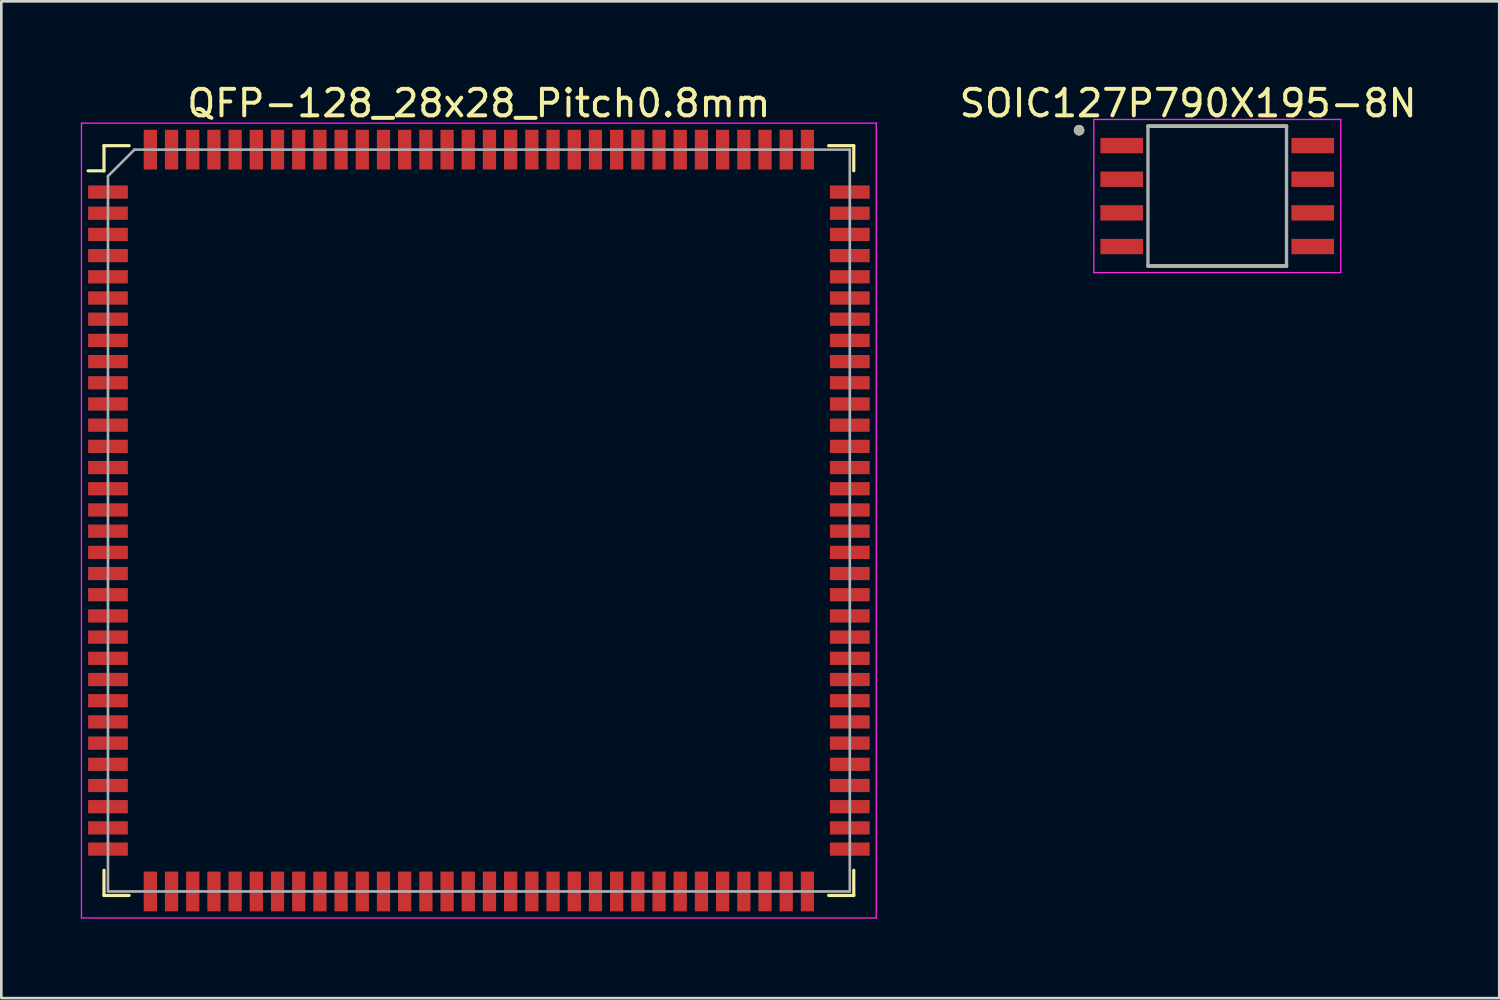
<source format=kicad_pcb>
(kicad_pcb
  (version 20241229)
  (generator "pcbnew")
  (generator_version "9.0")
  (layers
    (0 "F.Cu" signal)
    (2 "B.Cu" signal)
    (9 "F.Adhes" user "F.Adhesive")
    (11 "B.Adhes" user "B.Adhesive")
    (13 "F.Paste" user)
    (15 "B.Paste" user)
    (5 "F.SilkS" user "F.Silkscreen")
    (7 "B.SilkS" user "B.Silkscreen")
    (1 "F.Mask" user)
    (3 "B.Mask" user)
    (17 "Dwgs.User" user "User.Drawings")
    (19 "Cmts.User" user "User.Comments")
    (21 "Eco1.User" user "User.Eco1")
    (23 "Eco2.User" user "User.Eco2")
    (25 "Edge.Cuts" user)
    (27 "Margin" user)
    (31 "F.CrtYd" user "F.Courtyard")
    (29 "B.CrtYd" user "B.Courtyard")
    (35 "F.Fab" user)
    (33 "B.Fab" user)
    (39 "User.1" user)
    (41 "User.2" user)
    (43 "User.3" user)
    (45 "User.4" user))
  (footprint "QFP-128_28x28_Pitch0.8mm"
    (layer "F.Cu")
    (at 15.025 16.598)
    (property "Reference" "QFP-128_28x28_Pitch0.8mm" (at 0 -15.75 0) (layer "F.SilkS") (effects (font (size 1 1) (thickness 0.15))))
    (attr smd)
    (fp_line (start -14.15 -14.15) (end -14.15 -13.2) (stroke (width 0.12) (type solid)) (layer "F.SilkS"))
    (fp_line (start -14.15 -13.2) (end -14.75 -13.2) (stroke (width 0.12) (type solid)) (layer "F.SilkS"))
    (fp_line (start -14.15 14.15) (end -14.15 13.2) (stroke (width 0.12) (type solid)) (layer "F.SilkS"))
    (fp_line (start -13.2 -14.15) (end -14.15 -14.15) (stroke (width 0.12) (type solid)) (layer "F.SilkS"))
    (fp_line (start -13.2 14.15) (end -14.15 14.15) (stroke (width 0.12) (type solid)) (layer "F.SilkS"))
    (fp_line (start 13.2 -14.15) (end 14.15 -14.15) (stroke (width 0.12) (type solid)) (layer "F.SilkS"))
    (fp_line (start 13.2 14.15) (end 14.15 14.15) (stroke (width 0.12) (type solid)) (layer "F.SilkS"))
    (fp_line (start 14.15 -14.15) (end 14.15 -13.2) (stroke (width 0.12) (type solid)) (layer "F.SilkS"))
    (fp_line (start 14.15 14.15) (end 14.15 13.2) (stroke (width 0.12) (type solid)) (layer "F.SilkS"))
    (fp_line (start -15 -15) (end 15 -15) (stroke (width 0.05) (type solid)) (layer "F.CrtYd"))
    (fp_line (start -15 15) (end -15 -15) (stroke (width 0.05) (type solid)) (layer "F.CrtYd"))
    (fp_line (start 15 -15) (end 15 15) (stroke (width 0.05) (type solid)) (layer "F.CrtYd"))
    (fp_line (start 15 15) (end -15 15) (stroke (width 0.05) (type solid)) (layer "F.CrtYd"))
    (fp_line (start -14 -13) (end -14 14) (stroke (width 0.1) (type solid)) (layer "F.Fab"))
    (fp_line (start -14 14) (end 14 14) (stroke (width 0.1) (type solid)) (layer "F.Fab"))
    (fp_line (start -13 -14) (end -14 -13) (stroke (width 0.1) (type solid)) (layer "F.Fab"))
    (fp_line (start 14 -14) (end -13 -14) (stroke (width 0.1) (type solid)) (layer "F.Fab"))
    (fp_line (start 14 14) (end 14 -14) (stroke (width 0.1) (type solid)) (layer "F.Fab"))
    (pad "1" smd rect (at -14 -12.4 90) (size 0.5 1.5) (layers "F.Cu" "F.Mask" "F.Paste"))
    (pad "2" smd rect (at -14 -11.6 90) (size 0.5 1.5) (layers "F.Cu" "F.Mask" "F.Paste"))
    (pad "3" smd rect (at -14 -10.8 90) (size 0.5 1.5) (layers "F.Cu" "F.Mask" "F.Paste"))
    (pad "4" smd rect (at -14 -10 90) (size 0.5 1.5) (layers "F.Cu" "F.Mask" "F.Paste"))
    (pad "5" smd rect (at -14 -9.2 90) (size 0.5 1.5) (layers "F.Cu" "F.Mask" "F.Paste"))
    (pad "6" smd rect (at -14 -8.4 90) (size 0.5 1.5) (layers "F.Cu" "F.Mask" "F.Paste"))
    (pad "7" smd rect (at -14 -7.6 90) (size 0.5 1.5) (layers "F.Cu" "F.Mask" "F.Paste"))
    (pad "8" smd rect (at -14 -6.8 90) (size 0.5 1.5) (layers "F.Cu" "F.Mask" "F.Paste"))
    (pad "9" smd rect (at -14 -6 90) (size 0.5 1.5) (layers "F.Cu" "F.Mask" "F.Paste"))
    (pad "10" smd rect (at -14 -5.2 90) (size 0.5 1.5) (layers "F.Cu" "F.Mask" "F.Paste"))
    (pad "11" smd rect (at -14 -4.4 90) (size 0.5 1.5) (layers "F.Cu" "F.Mask" "F.Paste"))
    (pad "12" smd rect (at -14 -3.6 90) (size 0.5 1.5) (layers "F.Cu" "F.Mask" "F.Paste"))
    (pad "13" smd rect (at -14 -2.8 90) (size 0.5 1.5) (layers "F.Cu" "F.Mask" "F.Paste"))
    (pad "14" smd rect (at -14 -2 90) (size 0.5 1.5) (layers "F.Cu" "F.Mask" "F.Paste"))
    (pad "15" smd rect (at -14 -1.2 90) (size 0.5 1.5) (layers "F.Cu" "F.Mask" "F.Paste"))
    (pad "16" smd rect (at -14 -0.4 90) (size 0.5 1.5) (layers "F.Cu" "F.Mask" "F.Paste"))
    (pad "17" smd rect (at -14 0.4 90) (size 0.5 1.5) (layers "F.Cu" "F.Mask" "F.Paste"))
    (pad "18" smd rect (at -14 1.2 90) (size 0.5 1.5) (layers "F.Cu" "F.Mask" "F.Paste"))
    (pad "19" smd rect (at -14 2 90) (size 0.5 1.5) (layers "F.Cu" "F.Mask" "F.Paste"))
    (pad "20" smd rect (at -14 2.8 90) (size 0.5 1.5) (layers "F.Cu" "F.Mask" "F.Paste"))
    (pad "21" smd rect (at -14 3.6 90) (size 0.5 1.5) (layers "F.Cu" "F.Mask" "F.Paste"))
    (pad "22" smd rect (at -14 4.4 90) (size 0.5 1.5) (layers "F.Cu" "F.Mask" "F.Paste"))
    (pad "23" smd rect (at -14 5.2 90) (size 0.5 1.5) (layers "F.Cu" "F.Mask" "F.Paste"))
    (pad "24" smd rect (at -14 6 90) (size 0.5 1.5) (layers "F.Cu" "F.Mask" "F.Paste"))
    (pad "25" smd rect (at -14 6.8 90) (size 0.5 1.5) (layers "F.Cu" "F.Mask" "F.Paste"))
    (pad "26" smd rect (at -14 7.6 90) (size 0.5 1.5) (layers "F.Cu" "F.Mask" "F.Paste"))
    (pad "27" smd rect (at -14 8.4 90) (size 0.5 1.5) (layers "F.Cu" "F.Mask" "F.Paste"))
    (pad "28" smd rect (at -14 9.2 90) (size 0.5 1.5) (layers "F.Cu" "F.Mask" "F.Paste"))
    (pad "29" smd rect (at -14 10 90) (size 0.5 1.5) (layers "F.Cu" "F.Mask" "F.Paste"))
    (pad "30" smd rect (at -14 10.8 90) (size 0.5 1.5) (layers "F.Cu" "F.Mask" "F.Paste"))
    (pad "31" smd rect (at -14 11.6 90) (size 0.5 1.5) (layers "F.Cu" "F.Mask" "F.Paste"))
    (pad "32" smd rect (at -14 12.4 90) (size 0.5 1.5) (layers "F.Cu" "F.Mask" "F.Paste"))
    (pad "33" smd rect (at -12.4 14) (size 0.5 1.5) (layers "F.Cu" "F.Mask" "F.Paste"))
    (pad "34" smd rect (at -11.6 14) (size 0.5 1.5) (layers "F.Cu" "F.Mask" "F.Paste"))
    (pad "35" smd rect (at -10.8 14) (size 0.5 1.5) (layers "F.Cu" "F.Mask" "F.Paste"))
    (pad "36" smd rect (at -10 14) (size 0.5 1.5) (layers "F.Cu" "F.Mask" "F.Paste"))
    (pad "37" smd rect (at -9.2 14) (size 0.5 1.5) (layers "F.Cu" "F.Mask" "F.Paste"))
    (pad "38" smd rect (at -8.4 14) (size 0.5 1.5) (layers "F.Cu" "F.Mask" "F.Paste"))
    (pad "39" smd rect (at -7.6 14) (size 0.5 1.5) (layers "F.Cu" "F.Mask" "F.Paste"))
    (pad "40" smd rect (at -6.8 14) (size 0.5 1.5) (layers "F.Cu" "F.Mask" "F.Paste"))
    (pad "41" smd rect (at -6 14) (size 0.5 1.5) (layers "F.Cu" "F.Mask" "F.Paste"))
    (pad "42" smd rect (at -5.2 14) (size 0.5 1.5) (layers "F.Cu" "F.Mask" "F.Paste"))
    (pad "43" smd rect (at -4.4 14) (size 0.5 1.5) (layers "F.Cu" "F.Mask" "F.Paste"))
    (pad "44" smd rect (at -3.6 14) (size 0.5 1.5) (layers "F.Cu" "F.Mask" "F.Paste"))
    (pad "45" smd rect (at -2.8 14) (size 0.5 1.5) (layers "F.Cu" "F.Mask" "F.Paste"))
    (pad "46" smd rect (at -2 14) (size 0.5 1.5) (layers "F.Cu" "F.Mask" "F.Paste"))
    (pad "47" smd rect (at -1.2 14) (size 0.5 1.5) (layers "F.Cu" "F.Mask" "F.Paste"))
    (pad "48" smd rect (at -0.4 14) (size 0.5 1.5) (layers "F.Cu" "F.Mask" "F.Paste"))
    (pad "49" smd rect (at 0.4 14) (size 0.5 1.5) (layers "F.Cu" "F.Mask" "F.Paste"))
    (pad "50" smd rect (at 1.2 14) (size 0.5 1.5) (layers "F.Cu" "F.Mask" "F.Paste"))
    (pad "51" smd rect (at 2 14) (size 0.5 1.5) (layers "F.Cu" "F.Mask" "F.Paste"))
    (pad "52" smd rect (at 2.8 14) (size 0.5 1.5) (layers "F.Cu" "F.Mask" "F.Paste"))
    (pad "53" smd rect (at 3.6 14) (size 0.5 1.5) (layers "F.Cu" "F.Mask" "F.Paste"))
    (pad "54" smd rect (at 4.4 14) (size 0.5 1.5) (layers "F.Cu" "F.Mask" "F.Paste"))
    (pad "55" smd rect (at 5.2 14) (size 0.5 1.5) (layers "F.Cu" "F.Mask" "F.Paste"))
    (pad "56" smd rect (at 6 14) (size 0.5 1.5) (layers "F.Cu" "F.Mask" "F.Paste"))
    (pad "57" smd rect (at 6.8 14) (size 0.5 1.5) (layers "F.Cu" "F.Mask" "F.Paste"))
    (pad "58" smd rect (at 7.6 14) (size 0.5 1.5) (layers "F.Cu" "F.Mask" "F.Paste"))
    (pad "59" smd rect (at 8.4 14) (size 0.5 1.5) (layers "F.Cu" "F.Mask" "F.Paste"))
    (pad "60" smd rect (at 9.2 14) (size 0.5 1.5) (layers "F.Cu" "F.Mask" "F.Paste"))
    (pad "61" smd rect (at 10 14) (size 0.5 1.5) (layers "F.Cu" "F.Mask" "F.Paste"))
    (pad "62" smd rect (at 10.8 14) (size 0.5 1.5) (layers "F.Cu" "F.Mask" "F.Paste"))
    (pad "63" smd rect (at 11.6 14) (size 0.5 1.5) (layers "F.Cu" "F.Mask" "F.Paste"))
    (pad "64" smd rect (at 12.4 14) (size 0.5 1.5) (layers "F.Cu" "F.Mask" "F.Paste"))
    (pad "65" smd rect (at 14 12.4 90) (size 0.5 1.5) (layers "F.Cu" "F.Mask" "F.Paste"))
    (pad "66" smd rect (at 14 11.6 90) (size 0.5 1.5) (layers "F.Cu" "F.Mask" "F.Paste"))
    (pad "67" smd rect (at 14 10.8 90) (size 0.5 1.5) (layers "F.Cu" "F.Mask" "F.Paste"))
    (pad "68" smd rect (at 14 10 90) (size 0.5 1.5) (layers "F.Cu" "F.Mask" "F.Paste"))
    (pad "69" smd rect (at 14 9.2 90) (size 0.5 1.5) (layers "F.Cu" "F.Mask" "F.Paste"))
    (pad "70" smd rect (at 14 8.4 90) (size 0.5 1.5) (layers "F.Cu" "F.Mask" "F.Paste"))
    (pad "71" smd rect (at 14 7.6 90) (size 0.5 1.5) (layers "F.Cu" "F.Mask" "F.Paste"))
    (pad "72" smd rect (at 14 6.8 90) (size 0.5 1.5) (layers "F.Cu" "F.Mask" "F.Paste"))
    (pad "73" smd rect (at 14 6 90) (size 0.5 1.5) (layers "F.Cu" "F.Mask" "F.Paste"))
    (pad "74" smd rect (at 14 5.2 90) (size 0.5 1.5) (layers "F.Cu" "F.Mask" "F.Paste"))
    (pad "75" smd rect (at 14 4.4 90) (size 0.5 1.5) (layers "F.Cu" "F.Mask" "F.Paste"))
    (pad "76" smd rect (at 14 3.6 90) (size 0.5 1.5) (layers "F.Cu" "F.Mask" "F.Paste"))
    (pad "77" smd rect (at 14 2.8 90) (size 0.5 1.5) (layers "F.Cu" "F.Mask" "F.Paste"))
    (pad "78" smd rect (at 14 2 90) (size 0.5 1.5) (layers "F.Cu" "F.Mask" "F.Paste"))
    (pad "79" smd rect (at 14 1.2 90) (size 0.5 1.5) (layers "F.Cu" "F.Mask" "F.Paste"))
    (pad "80" smd rect (at 14 0.4 90) (size 0.5 1.5) (layers "F.Cu" "F.Mask" "F.Paste"))
    (pad "81" smd rect (at 14 -0.4 90) (size 0.5 1.5) (layers "F.Cu" "F.Mask" "F.Paste"))
    (pad "82" smd rect (at 14 -1.2 90) (size 0.5 1.5) (layers "F.Cu" "F.Mask" "F.Paste"))
    (pad "83" smd rect (at 14 -2 90) (size 0.5 1.5) (layers "F.Cu" "F.Mask" "F.Paste"))
    (pad "84" smd rect (at 14 -2.8 90) (size 0.5 1.5) (layers "F.Cu" "F.Mask" "F.Paste"))
    (pad "85" smd rect (at 14 -3.6 90) (size 0.5 1.5) (layers "F.Cu" "F.Mask" "F.Paste"))
    (pad "86" smd rect (at 14 -4.4 90) (size 0.5 1.5) (layers "F.Cu" "F.Mask" "F.Paste"))
    (pad "87" smd rect (at 14 -5.2 90) (size 0.5 1.5) (layers "F.Cu" "F.Mask" "F.Paste"))
    (pad "88" smd rect (at 14 -6 90) (size 0.5 1.5) (layers "F.Cu" "F.Mask" "F.Paste"))
    (pad "89" smd rect (at 14 -6.8 90) (size 0.5 1.5) (layers "F.Cu" "F.Mask" "F.Paste"))
    (pad "90" smd rect (at 14 -7.6 90) (size 0.5 1.5) (layers "F.Cu" "F.Mask" "F.Paste"))
    (pad "91" smd rect (at 14 -8.4 90) (size 0.5 1.5) (layers "F.Cu" "F.Mask" "F.Paste"))
    (pad "92" smd rect (at 14 -9.2 90) (size 0.5 1.5) (layers "F.Cu" "F.Mask" "F.Paste"))
    (pad "93" smd rect (at 14 -10 90) (size 0.5 1.5) (layers "F.Cu" "F.Mask" "F.Paste"))
    (pad "94" smd rect (at 14 -10.8 90) (size 0.5 1.5) (layers "F.Cu" "F.Mask" "F.Paste"))
    (pad "95" smd rect (at 14 -11.6 90) (size 0.5 1.5) (layers "F.Cu" "F.Mask" "F.Paste"))
    (pad "96" smd rect (at 14 -12.4 90) (size 0.5 1.5) (layers "F.Cu" "F.Mask" "F.Paste"))
    (pad "97" smd rect (at 12.4 -14) (size 0.5 1.5) (layers "F.Cu" "F.Mask" "F.Paste"))
    (pad "98" smd rect (at 11.6 -14) (size 0.5 1.5) (layers "F.Cu" "F.Mask" "F.Paste"))
    (pad "99" smd rect (at 10.8 -14) (size 0.5 1.5) (layers "F.Cu" "F.Mask" "F.Paste"))
    (pad "100" smd rect (at 10 -14) (size 0.5 1.5) (layers "F.Cu" "F.Mask" "F.Paste"))
    (pad "101" smd rect (at 9.2 -14) (size 0.5 1.5) (layers "F.Cu" "F.Mask" "F.Paste"))
    (pad "102" smd rect (at 8.4 -14) (size 0.5 1.5) (layers "F.Cu" "F.Mask" "F.Paste"))
    (pad "103" smd rect (at 7.6 -14) (size 0.5 1.5) (layers "F.Cu" "F.Mask" "F.Paste"))
    (pad "104" smd rect (at 6.8 -14) (size 0.5 1.5) (layers "F.Cu" "F.Mask" "F.Paste"))
    (pad "105" smd rect (at 6 -14) (size 0.5 1.5) (layers "F.Cu" "F.Mask" "F.Paste"))
    (pad "106" smd rect (at 5.2 -14) (size 0.5 1.5) (layers "F.Cu" "F.Mask" "F.Paste"))
    (pad "107" smd rect (at 4.4 -14) (size 0.5 1.5) (layers "F.Cu" "F.Mask" "F.Paste"))
    (pad "108" smd rect (at 3.6 -14) (size 0.5 1.5) (layers "F.Cu" "F.Mask" "F.Paste"))
    (pad "109" smd rect (at 2.8 -14) (size 0.5 1.5) (layers "F.Cu" "F.Mask" "F.Paste"))
    (pad "110" smd rect (at 2 -14) (size 0.5 1.5) (layers "F.Cu" "F.Mask" "F.Paste"))
    (pad "111" smd rect (at 1.2 -14) (size 0.5 1.5) (layers "F.Cu" "F.Mask" "F.Paste"))
    (pad "112" smd rect (at 0.4 -14) (size 0.5 1.5) (layers "F.Cu" "F.Mask" "F.Paste"))
    (pad "113" smd rect (at -0.4 -14) (size 0.5 1.5) (layers "F.Cu" "F.Mask" "F.Paste"))
    (pad "114" smd rect (at -1.2 -14) (size 0.5 1.5) (layers "F.Cu" "F.Mask" "F.Paste"))
    (pad "115" smd rect (at -2 -14) (size 0.5 1.5) (layers "F.Cu" "F.Mask" "F.Paste"))
    (pad "116" smd rect (at -2.8 -14) (size 0.5 1.5) (layers "F.Cu" "F.Mask" "F.Paste"))
    (pad "117" smd rect (at -3.6 -14) (size 0.5 1.5) (layers "F.Cu" "F.Mask" "F.Paste"))
    (pad "118" smd rect (at -4.4 -14) (size 0.5 1.5) (layers "F.Cu" "F.Mask" "F.Paste"))
    (pad "119" smd rect (at -5.2 -14) (size 0.5 1.5) (layers "F.Cu" "F.Mask" "F.Paste"))
    (pad "120" smd rect (at -6 -14) (size 0.5 1.5) (layers "F.Cu" "F.Mask" "F.Paste"))
    (pad "121" smd rect (at -6.8 -14) (size 0.5 1.5) (layers "F.Cu" "F.Mask" "F.Paste"))
    (pad "122" smd rect (at -7.6 -14) (size 0.5 1.5) (layers "F.Cu" "F.Mask" "F.Paste"))
    (pad "123" smd rect (at -8.4 -14) (size 0.5 1.5) (layers "F.Cu" "F.Mask" "F.Paste"))
    (pad "124" smd rect (at -9.2 -14) (size 0.5 1.5) (layers "F.Cu" "F.Mask" "F.Paste"))
    (pad "125" smd rect (at -10 -14) (size 0.5 1.5) (layers "F.Cu" "F.Mask" "F.Paste"))
    (pad "126" smd rect (at -10.8 -14) (size 0.5 1.5) (layers "F.Cu" "F.Mask" "F.Paste"))
    (pad "127" smd rect (at -11.6 -14) (size 0.5 1.5) (layers "F.Cu" "F.Mask" "F.Paste"))
    (pad "128" smd rect (at -12.4 -14) (size 0.5 1.5) (layers "F.Cu" "F.Mask" "F.Paste")))
  (footprint "SOIC127P790X195-8N"
    (layer "F.Cu")
    (at 42.894 4.35)
    (property "Reference" "SOIC127P790X195-8N" (at -1.1 -3.502 0) (layer "F.SilkS") (effects (font (size 1 1) (thickness 0.15))))
    (attr through_hole)
    (fp_line (start -2.615 -2.64) (end 2.615 -2.64) (stroke (width 0.127) (type solid)) (layer "F.SilkS"))
    (fp_line (start -2.615 2.64) (end 2.615 2.64) (stroke (width 0.127) (type solid)) (layer "F.SilkS"))
    (fp_circle (center -5.215 -2.485) (end -5.115 -2.485) (stroke (width 0.2) (type solid)) (fill no) (layer "F.SilkS"))
    (fp_line (start -4.66 -2.89) (end -4.66 2.89) (stroke (width 0.05) (type solid)) (layer "F.CrtYd"))
    (fp_line (start -4.66 -2.89) (end 4.66 -2.89) (stroke (width 0.05) (type solid)) (layer "F.CrtYd"))
    (fp_line (start -4.66 2.89) (end 4.66 2.89) (stroke (width 0.05) (type solid)) (layer "F.CrtYd"))
    (fp_line (start 4.66 -2.89) (end 4.66 2.89) (stroke (width 0.05) (type solid)) (layer "F.CrtYd"))
    (fp_line (start -2.615 -2.64) (end -2.615 2.64) (stroke (width 0.127) (type solid)) (layer "F.Fab"))
    (fp_line (start -2.615 -2.64) (end 2.615 -2.64) (stroke (width 0.127) (type solid)) (layer "F.Fab"))
    (fp_line (start -2.615 2.64) (end 2.615 2.64) (stroke (width 0.127) (type solid)) (layer "F.Fab"))
    (fp_line (start 2.615 -2.64) (end 2.615 2.64) (stroke (width 0.127) (type solid)) (layer "F.Fab"))
    (fp_circle (center -5.215 -2.485) (end -5.115 -2.485) (stroke (width 0.2) (type solid)) (fill no) (layer "F.Fab"))
    (pad "1" smd rect (at -3.605 -1.905) (size 1.61 0.58) (layers "F.Cu" "F.Mask" "F.Paste"))
    (pad "2" smd rect (at -3.605 -0.635) (size 1.61 0.58) (layers "F.Cu" "F.Mask" "F.Paste"))
    (pad "3" smd rect (at -3.605 0.635) (size 1.61 0.58) (layers "F.Cu" "F.Mask" "F.Paste"))
    (pad "4" smd rect (at -3.605 1.905) (size 1.61 0.58) (layers "F.Cu" "F.Mask" "F.Paste"))
    (pad "5" smd rect (at 3.605 1.905) (size 1.61 0.58) (layers "F.Cu" "F.Mask" "F.Paste"))
    (pad "6" smd rect (at 3.605 0.635) (size 1.61 0.58) (layers "F.Cu" "F.Mask" "F.Paste"))
    (pad "7" smd rect (at 3.605 -0.635) (size 1.61 0.58) (layers "F.Cu" "F.Mask" "F.Paste"))
    (pad "8" smd rect (at 3.605 -1.905) (size 1.61 0.58) (layers "F.Cu" "F.Mask" "F.Paste")))
  (gr_rect
    (start -3 -3)
    (end 53.538 34.623)
    (stroke (width 0.1) (type default))
    (fill no)
    (layer "Edge.Cuts")))
</source>
